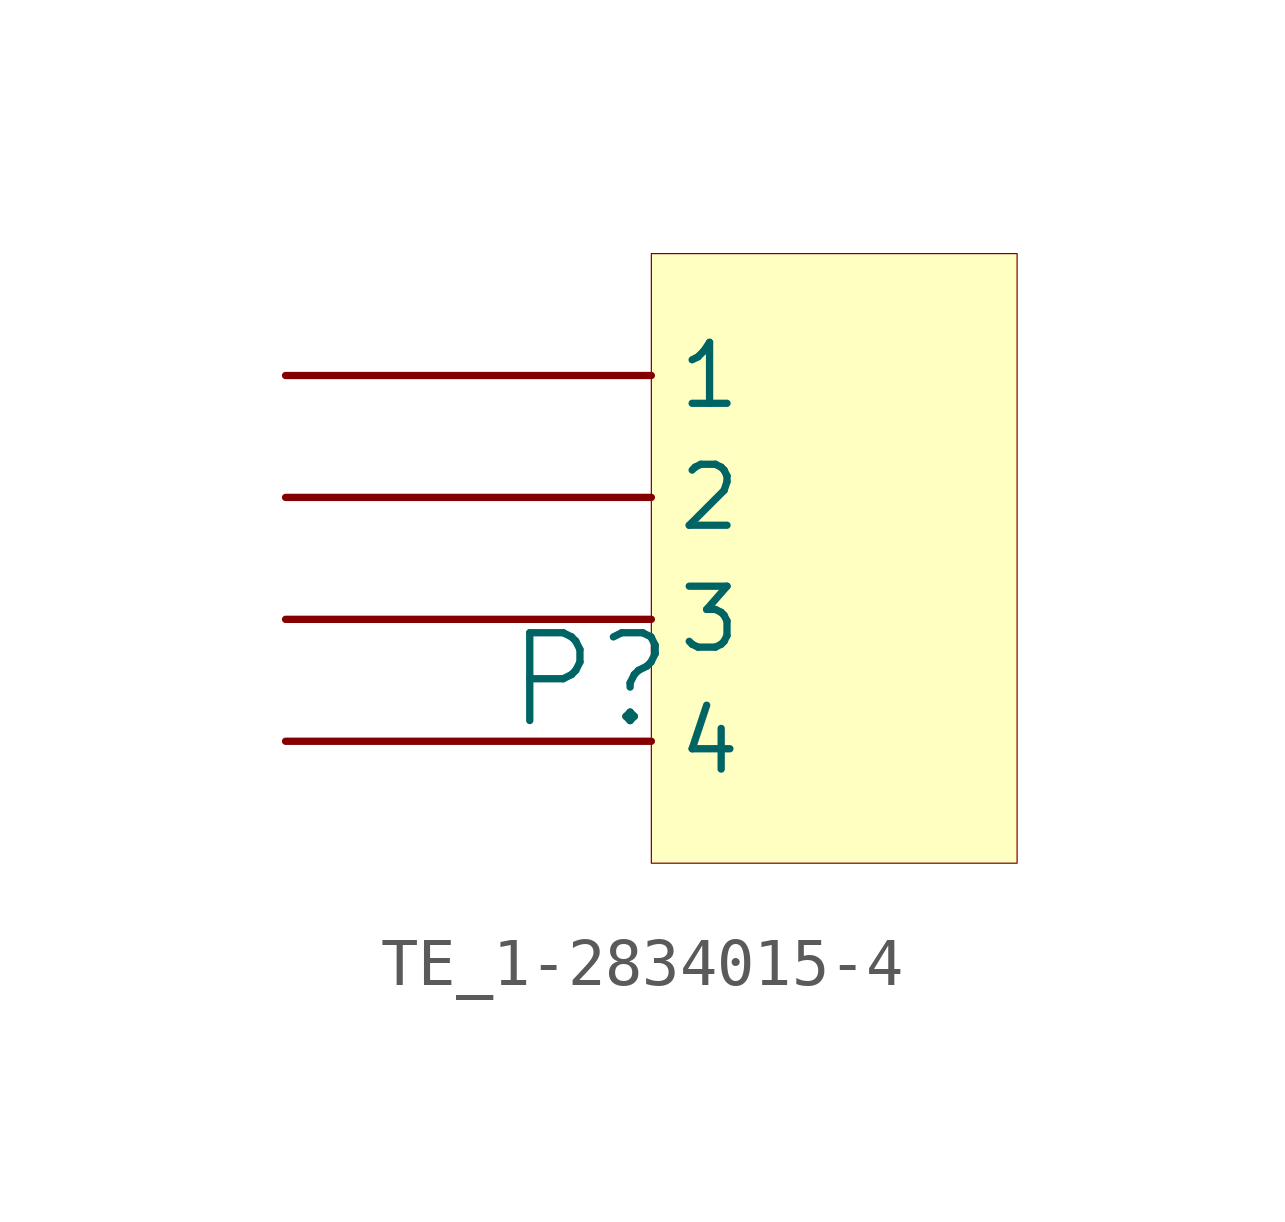
<source format=kicad_sym>
(kicad_symbol_lib
  (version 20241209)
  (generator "kicad_symbol_editor")
  (generator_version "9.0")
  (symbol "TE_1-2834015-4"
    (pin_numbers
      (hide yes))
    (property "Reference" "P"
      (at -1.27 1.27 0)
      (effects (font (size 1.829 1.829))))
    (symbol "TE_1-2834015-4_1_0"
      (rectangle (start 7.62 10.16) (end 0 -2.54) (stroke (width 0.025) (type solid) (color 128 0 0 1)) (fill (type background)))
      (pin passive line (at -7.62 7.62 0) (length 7.62) (name "1" (effects (font (size 1.27 1.27)))) (number "1" (effects (font (size 1.27 1.27)))))
      (pin passive line (at -7.62 5.08 0) (length 7.62) (name "2" (effects (font (size 1.27 1.27)))) (number "2" (effects (font (size 1.27 1.27)))))
      (pin passive line (at -7.62 2.54 0) (length 7.62) (name "3" (effects (font (size 1.27 1.27)))) (number "3" (effects (font (size 1.27 1.27)))))
      (pin passive line (at -7.62 0 0) (length 7.62) (name "4" (effects (font (size 1.27 1.27)))) (number "4" (effects (font (size 1.27 1.27))))))))
</source>
